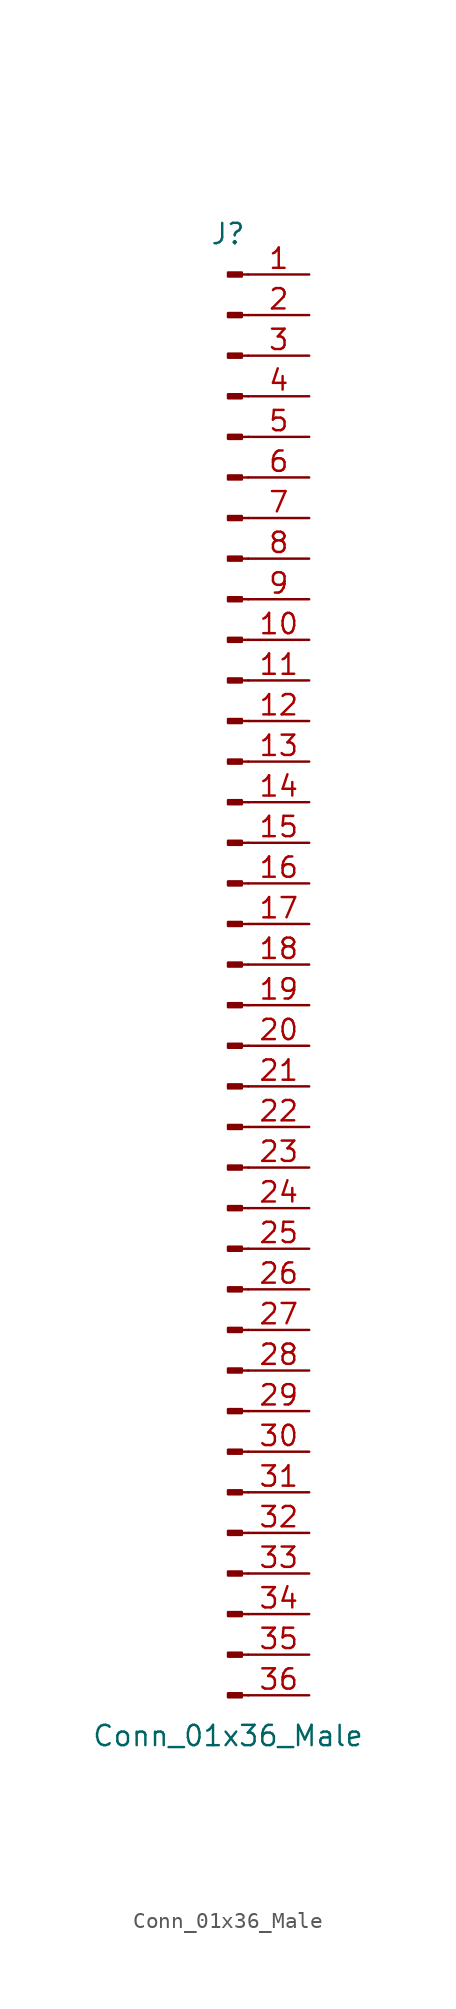
<source format=kicad_sym>
(kicad_symbol_lib
  (version 20211014)
  (generator kicad_symbol_editor)
  (symbol "Conn_01x36_Male"
    (pin_names
      (offset 1.016) hide)
    (property "Reference" "J"
      (at 0 45.72 0)
      (effects (font (size 1.27 1.27))))
    (property "Value" "Conn_01x36_Male"
      (at 0 -48.26 0)
      (effects (font (size 1.27 1.27))))
    (symbol "Conn_01x36_Male_1_1"
      (polyline (pts (xy 1.27 -45.72) (xy 0.864 -45.72)) (stroke (width 0.152) (type default) (color 0 0 0 0)) (fill (type none)))
      (polyline (pts (xy 1.27 -43.18) (xy 0.864 -43.18)) (stroke (width 0.152) (type default) (color 0 0 0 0)) (fill (type none)))
      (polyline (pts (xy 1.27 -40.64) (xy 0.864 -40.64)) (stroke (width 0.152) (type default) (color 0 0 0 0)) (fill (type none)))
      (polyline (pts (xy 1.27 -38.1) (xy 0.864 -38.1)) (stroke (width 0.152) (type default) (color 0 0 0 0)) (fill (type none)))
      (polyline (pts (xy 1.27 -35.56) (xy 0.864 -35.56)) (stroke (width 0.152) (type default) (color 0 0 0 0)) (fill (type none)))
      (polyline (pts (xy 1.27 -33.02) (xy 0.864 -33.02)) (stroke (width 0.152) (type default) (color 0 0 0 0)) (fill (type none)))
      (polyline (pts (xy 1.27 -30.48) (xy 0.864 -30.48)) (stroke (width 0.152) (type default) (color 0 0 0 0)) (fill (type none)))
      (polyline (pts (xy 1.27 -27.94) (xy 0.864 -27.94)) (stroke (width 0.152) (type default) (color 0 0 0 0)) (fill (type none)))
      (polyline (pts (xy 1.27 -25.4) (xy 0.864 -25.4)) (stroke (width 0.152) (type default) (color 0 0 0 0)) (fill (type none)))
      (polyline (pts (xy 1.27 -22.86) (xy 0.864 -22.86)) (stroke (width 0.152) (type default) (color 0 0 0 0)) (fill (type none)))
      (polyline (pts (xy 1.27 -20.32) (xy 0.864 -20.32)) (stroke (width 0.152) (type default) (color 0 0 0 0)) (fill (type none)))
      (polyline (pts (xy 1.27 -17.78) (xy 0.864 -17.78)) (stroke (width 0.152) (type default) (color 0 0 0 0)) (fill (type none)))
      (polyline (pts (xy 1.27 -15.24) (xy 0.864 -15.24)) (stroke (width 0.152) (type default) (color 0 0 0 0)) (fill (type none)))
      (polyline (pts (xy 1.27 -12.7) (xy 0.864 -12.7)) (stroke (width 0.152) (type default) (color 0 0 0 0)) (fill (type none)))
      (polyline (pts (xy 1.27 -10.16) (xy 0.864 -10.16)) (stroke (width 0.152) (type default) (color 0 0 0 0)) (fill (type none)))
      (polyline (pts (xy 1.27 -7.62) (xy 0.864 -7.62)) (stroke (width 0.152) (type default) (color 0 0 0 0)) (fill (type none)))
      (polyline (pts (xy 1.27 -5.08) (xy 0.864 -5.08)) (stroke (width 0.152) (type default) (color 0 0 0 0)) (fill (type none)))
      (polyline (pts (xy 1.27 -2.54) (xy 0.864 -2.54)) (stroke (width 0.152) (type default) (color 0 0 0 0)) (fill (type none)))
      (polyline (pts (xy 1.27 0) (xy 0.864 0)) (stroke (width 0.152) (type default) (color 0 0 0 0)) (fill (type none)))
      (polyline (pts (xy 1.27 2.54) (xy 0.864 2.54)) (stroke (width 0.152) (type default) (color 0 0 0 0)) (fill (type none)))
      (polyline (pts (xy 1.27 5.08) (xy 0.864 5.08)) (stroke (width 0.152) (type default) (color 0 0 0 0)) (fill (type none)))
      (polyline (pts (xy 1.27 7.62) (xy 0.864 7.62)) (stroke (width 0.152) (type default) (color 0 0 0 0)) (fill (type none)))
      (polyline (pts (xy 1.27 10.16) (xy 0.864 10.16)) (stroke (width 0.152) (type default) (color 0 0 0 0)) (fill (type none)))
      (polyline (pts (xy 1.27 12.7) (xy 0.864 12.7)) (stroke (width 0.152) (type default) (color 0 0 0 0)) (fill (type none)))
      (polyline (pts (xy 1.27 15.24) (xy 0.864 15.24)) (stroke (width 0.152) (type default) (color 0 0 0 0)) (fill (type none)))
      (polyline (pts (xy 1.27 17.78) (xy 0.864 17.78)) (stroke (width 0.152) (type default) (color 0 0 0 0)) (fill (type none)))
      (polyline (pts (xy 1.27 20.32) (xy 0.864 20.32)) (stroke (width 0.152) (type default) (color 0 0 0 0)) (fill (type none)))
      (polyline (pts (xy 1.27 22.86) (xy 0.864 22.86)) (stroke (width 0.152) (type default) (color 0 0 0 0)) (fill (type none)))
      (polyline (pts (xy 1.27 25.4) (xy 0.864 25.4)) (stroke (width 0.152) (type default) (color 0 0 0 0)) (fill (type none)))
      (polyline (pts (xy 1.27 27.94) (xy 0.864 27.94)) (stroke (width 0.152) (type default) (color 0 0 0 0)) (fill (type none)))
      (polyline (pts (xy 1.27 30.48) (xy 0.864 30.48)) (stroke (width 0.152) (type default) (color 0 0 0 0)) (fill (type none)))
      (polyline (pts (xy 1.27 33.02) (xy 0.864 33.02)) (stroke (width 0.152) (type default) (color 0 0 0 0)) (fill (type none)))
      (polyline (pts (xy 1.27 35.56) (xy 0.864 35.56)) (stroke (width 0.152) (type default) (color 0 0 0 0)) (fill (type none)))
      (polyline (pts (xy 1.27 38.1) (xy 0.864 38.1)) (stroke (width 0.152) (type default) (color 0 0 0 0)) (fill (type none)))
      (polyline (pts (xy 1.27 40.64) (xy 0.864 40.64)) (stroke (width 0.152) (type default) (color 0 0 0 0)) (fill (type none)))
      (polyline (pts (xy 1.27 43.18) (xy 0.864 43.18)) (stroke (width 0.152) (type default) (color 0 0 0 0)) (fill (type none)))
      (rectangle (start 0.864 -45.593) (end 0 -45.847) (stroke (width 0.152) (type default) (color 0 0 0 0)) (fill (type outline)))
      (rectangle (start 0.864 -43.053) (end 0 -43.307) (stroke (width 0.152) (type default) (color 0 0 0 0)) (fill (type outline)))
      (rectangle (start 0.864 -40.513) (end 0 -40.767) (stroke (width 0.152) (type default) (color 0 0 0 0)) (fill (type outline)))
      (rectangle (start 0.864 -37.973) (end 0 -38.227) (stroke (width 0.152) (type default) (color 0 0 0 0)) (fill (type outline)))
      (rectangle (start 0.864 -35.433) (end 0 -35.687) (stroke (width 0.152) (type default) (color 0 0 0 0)) (fill (type outline)))
      (rectangle (start 0.864 -32.893) (end 0 -33.147) (stroke (width 0.152) (type default) (color 0 0 0 0)) (fill (type outline)))
      (rectangle (start 0.864 -30.353) (end 0 -30.607) (stroke (width 0.152) (type default) (color 0 0 0 0)) (fill (type outline)))
      (rectangle (start 0.864 -27.813) (end 0 -28.067) (stroke (width 0.152) (type default) (color 0 0 0 0)) (fill (type outline)))
      (rectangle (start 0.864 -25.273) (end 0 -25.527) (stroke (width 0.152) (type default) (color 0 0 0 0)) (fill (type outline)))
      (rectangle (start 0.864 -22.733) (end 0 -22.987) (stroke (width 0.152) (type default) (color 0 0 0 0)) (fill (type outline)))
      (rectangle (start 0.864 -20.193) (end 0 -20.447) (stroke (width 0.152) (type default) (color 0 0 0 0)) (fill (type outline)))
      (rectangle (start 0.864 -17.653) (end 0 -17.907) (stroke (width 0.152) (type default) (color 0 0 0 0)) (fill (type outline)))
      (rectangle (start 0.864 -15.113) (end 0 -15.367) (stroke (width 0.152) (type default) (color 0 0 0 0)) (fill (type outline)))
      (rectangle (start 0.864 -12.573) (end 0 -12.827) (stroke (width 0.152) (type default) (color 0 0 0 0)) (fill (type outline)))
      (rectangle (start 0.864 -10.033) (end 0 -10.287) (stroke (width 0.152) (type default) (color 0 0 0 0)) (fill (type outline)))
      (rectangle (start 0.864 -7.493) (end 0 -7.747) (stroke (width 0.152) (type default) (color 0 0 0 0)) (fill (type outline)))
      (rectangle (start 0.864 -4.953) (end 0 -5.207) (stroke (width 0.152) (type default) (color 0 0 0 0)) (fill (type outline)))
      (rectangle (start 0.864 -2.413) (end 0 -2.667) (stroke (width 0.152) (type default) (color 0 0 0 0)) (fill (type outline)))
      (rectangle (start 0.864 0.127) (end 0 -0.127) (stroke (width 0.152) (type default) (color 0 0 0 0)) (fill (type outline)))
      (rectangle (start 0.864 2.667) (end 0 2.413) (stroke (width 0.152) (type default) (color 0 0 0 0)) (fill (type outline)))
      (rectangle (start 0.864 5.207) (end 0 4.953) (stroke (width 0.152) (type default) (color 0 0 0 0)) (fill (type outline)))
      (rectangle (start 0.864 7.747) (end 0 7.493) (stroke (width 0.152) (type default) (color 0 0 0 0)) (fill (type outline)))
      (rectangle (start 0.864 10.287) (end 0 10.033) (stroke (width 0.152) (type default) (color 0 0 0 0)) (fill (type outline)))
      (rectangle (start 0.864 12.827) (end 0 12.573) (stroke (width 0.152) (type default) (color 0 0 0 0)) (fill (type outline)))
      (rectangle (start 0.864 15.367) (end 0 15.113) (stroke (width 0.152) (type default) (color 0 0 0 0)) (fill (type outline)))
      (rectangle (start 0.864 17.907) (end 0 17.653) (stroke (width 0.152) (type default) (color 0 0 0 0)) (fill (type outline)))
      (rectangle (start 0.864 20.447) (end 0 20.193) (stroke (width 0.152) (type default) (color 0 0 0 0)) (fill (type outline)))
      (rectangle (start 0.864 22.987) (end 0 22.733) (stroke (width 0.152) (type default) (color 0 0 0 0)) (fill (type outline)))
      (rectangle (start 0.864 25.527) (end 0 25.273) (stroke (width 0.152) (type default) (color 0 0 0 0)) (fill (type outline)))
      (rectangle (start 0.864 28.067) (end 0 27.813) (stroke (width 0.152) (type default) (color 0 0 0 0)) (fill (type outline)))
      (rectangle (start 0.864 30.607) (end 0 30.353) (stroke (width 0.152) (type default) (color 0 0 0 0)) (fill (type outline)))
      (rectangle (start 0.864 33.147) (end 0 32.893) (stroke (width 0.152) (type default) (color 0 0 0 0)) (fill (type outline)))
      (rectangle (start 0.864 35.687) (end 0 35.433) (stroke (width 0.152) (type default) (color 0 0 0 0)) (fill (type outline)))
      (rectangle (start 0.864 38.227) (end 0 37.973) (stroke (width 0.152) (type default) (color 0 0 0 0)) (fill (type outline)))
      (rectangle (start 0.864 40.767) (end 0 40.513) (stroke (width 0.152) (type default) (color 0 0 0 0)) (fill (type outline)))
      (rectangle (start 0.864 43.307) (end 0 43.053) (stroke (width 0.152) (type default) (color 0 0 0 0)) (fill (type outline)))
      (pin passive line (at 5.08 43.18 180) (length 3.81) (name "Pin_1" (effects (font (size 1.27 1.27)))) (number "1" (effects (font (size 1.27 1.27)))))
      (pin passive line (at 5.08 20.32 180) (length 3.81) (name "Pin_10" (effects (font (size 1.27 1.27)))) (number "10" (effects (font (size 1.27 1.27)))))
      (pin passive line (at 5.08 17.78 180) (length 3.81) (name "Pin_11" (effects (font (size 1.27 1.27)))) (number "11" (effects (font (size 1.27 1.27)))))
      (pin passive line (at 5.08 15.24 180) (length 3.81) (name "Pin_12" (effects (font (size 1.27 1.27)))) (number "12" (effects (font (size 1.27 1.27)))))
      (pin passive line (at 5.08 12.7 180) (length 3.81) (name "Pin_13" (effects (font (size 1.27 1.27)))) (number "13" (effects (font (size 1.27 1.27)))))
      (pin passive line (at 5.08 10.16 180) (length 3.81) (name "Pin_14" (effects (font (size 1.27 1.27)))) (number "14" (effects (font (size 1.27 1.27)))))
      (pin passive line (at 5.08 7.62 180) (length 3.81) (name "Pin_15" (effects (font (size 1.27 1.27)))) (number "15" (effects (font (size 1.27 1.27)))))
      (pin passive line (at 5.08 5.08 180) (length 3.81) (name "Pin_16" (effects (font (size 1.27 1.27)))) (number "16" (effects (font (size 1.27 1.27)))))
      (pin passive line (at 5.08 2.54 180) (length 3.81) (name "Pin_17" (effects (font (size 1.27 1.27)))) (number "17" (effects (font (size 1.27 1.27)))))
      (pin passive line (at 5.08 0 180) (length 3.81) (name "Pin_18" (effects (font (size 1.27 1.27)))) (number "18" (effects (font (size 1.27 1.27)))))
      (pin passive line (at 5.08 -2.54 180) (length 3.81) (name "Pin_19" (effects (font (size 1.27 1.27)))) (number "19" (effects (font (size 1.27 1.27)))))
      (pin passive line (at 5.08 40.64 180) (length 3.81) (name "Pin_2" (effects (font (size 1.27 1.27)))) (number "2" (effects (font (size 1.27 1.27)))))
      (pin passive line (at 5.08 -5.08 180) (length 3.81) (name "Pin_20" (effects (font (size 1.27 1.27)))) (number "20" (effects (font (size 1.27 1.27)))))
      (pin passive line (at 5.08 -7.62 180) (length 3.81) (name "Pin_21" (effects (font (size 1.27 1.27)))) (number "21" (effects (font (size 1.27 1.27)))))
      (pin passive line (at 5.08 -10.16 180) (length 3.81) (name "Pin_22" (effects (font (size 1.27 1.27)))) (number "22" (effects (font (size 1.27 1.27)))))
      (pin passive line (at 5.08 -12.7 180) (length 3.81) (name "Pin_23" (effects (font (size 1.27 1.27)))) (number "23" (effects (font (size 1.27 1.27)))))
      (pin passive line (at 5.08 -15.24 180) (length 3.81) (name "Pin_24" (effects (font (size 1.27 1.27)))) (number "24" (effects (font (size 1.27 1.27)))))
      (pin passive line (at 5.08 -17.78 180) (length 3.81) (name "Pin_25" (effects (font (size 1.27 1.27)))) (number "25" (effects (font (size 1.27 1.27)))))
      (pin passive line (at 5.08 -20.32 180) (length 3.81) (name "Pin_26" (effects (font (size 1.27 1.27)))) (number "26" (effects (font (size 1.27 1.27)))))
      (pin passive line (at 5.08 -22.86 180) (length 3.81) (name "Pin_27" (effects (font (size 1.27 1.27)))) (number "27" (effects (font (size 1.27 1.27)))))
      (pin passive line (at 5.08 -25.4 180) (length 3.81) (name "Pin_28" (effects (font (size 1.27 1.27)))) (number "28" (effects (font (size 1.27 1.27)))))
      (pin passive line (at 5.08 -27.94 180) (length 3.81) (name "Pin_29" (effects (font (size 1.27 1.27)))) (number "29" (effects (font (size 1.27 1.27)))))
      (pin passive line (at 5.08 38.1 180) (length 3.81) (name "Pin_3" (effects (font (size 1.27 1.27)))) (number "3" (effects (font (size 1.27 1.27)))))
      (pin passive line (at 5.08 -30.48 180) (length 3.81) (name "Pin_30" (effects (font (size 1.27 1.27)))) (number "30" (effects (font (size 1.27 1.27)))))
      (pin passive line (at 5.08 -33.02 180) (length 3.81) (name "Pin_31" (effects (font (size 1.27 1.27)))) (number "31" (effects (font (size 1.27 1.27)))))
      (pin passive line (at 5.08 -35.56 180) (length 3.81) (name "Pin_32" (effects (font (size 1.27 1.27)))) (number "32" (effects (font (size 1.27 1.27)))))
      (pin passive line (at 5.08 -38.1 180) (length 3.81) (name "Pin_33" (effects (font (size 1.27 1.27)))) (number "33" (effects (font (size 1.27 1.27)))))
      (pin passive line (at 5.08 -40.64 180) (length 3.81) (name "Pin_34" (effects (font (size 1.27 1.27)))) (number "34" (effects (font (size 1.27 1.27)))))
      (pin passive line (at 5.08 -43.18 180) (length 3.81) (name "Pin_35" (effects (font (size 1.27 1.27)))) (number "35" (effects (font (size 1.27 1.27)))))
      (pin passive line (at 5.08 -45.72 180) (length 3.81) (name "Pin_36" (effects (font (size 1.27 1.27)))) (number "36" (effects (font (size 1.27 1.27)))))
      (pin passive line (at 5.08 35.56 180) (length 3.81) (name "Pin_4" (effects (font (size 1.27 1.27)))) (number "4" (effects (font (size 1.27 1.27)))))
      (pin passive line (at 5.08 33.02 180) (length 3.81) (name "Pin_5" (effects (font (size 1.27 1.27)))) (number "5" (effects (font (size 1.27 1.27)))))
      (pin passive line (at 5.08 30.48 180) (length 3.81) (name "Pin_6" (effects (font (size 1.27 1.27)))) (number "6" (effects (font (size 1.27 1.27)))))
      (pin passive line (at 5.08 27.94 180) (length 3.81) (name "Pin_7" (effects (font (size 1.27 1.27)))) (number "7" (effects (font (size 1.27 1.27)))))
      (pin passive line (at 5.08 25.4 180) (length 3.81) (name "Pin_8" (effects (font (size 1.27 1.27)))) (number "8" (effects (font (size 1.27 1.27)))))
      (pin passive line (at 5.08 22.86 180) (length 3.81) (name "Pin_9" (effects (font (size 1.27 1.27)))) (number "9" (effects (font (size 1.27 1.27))))))))
</source>
